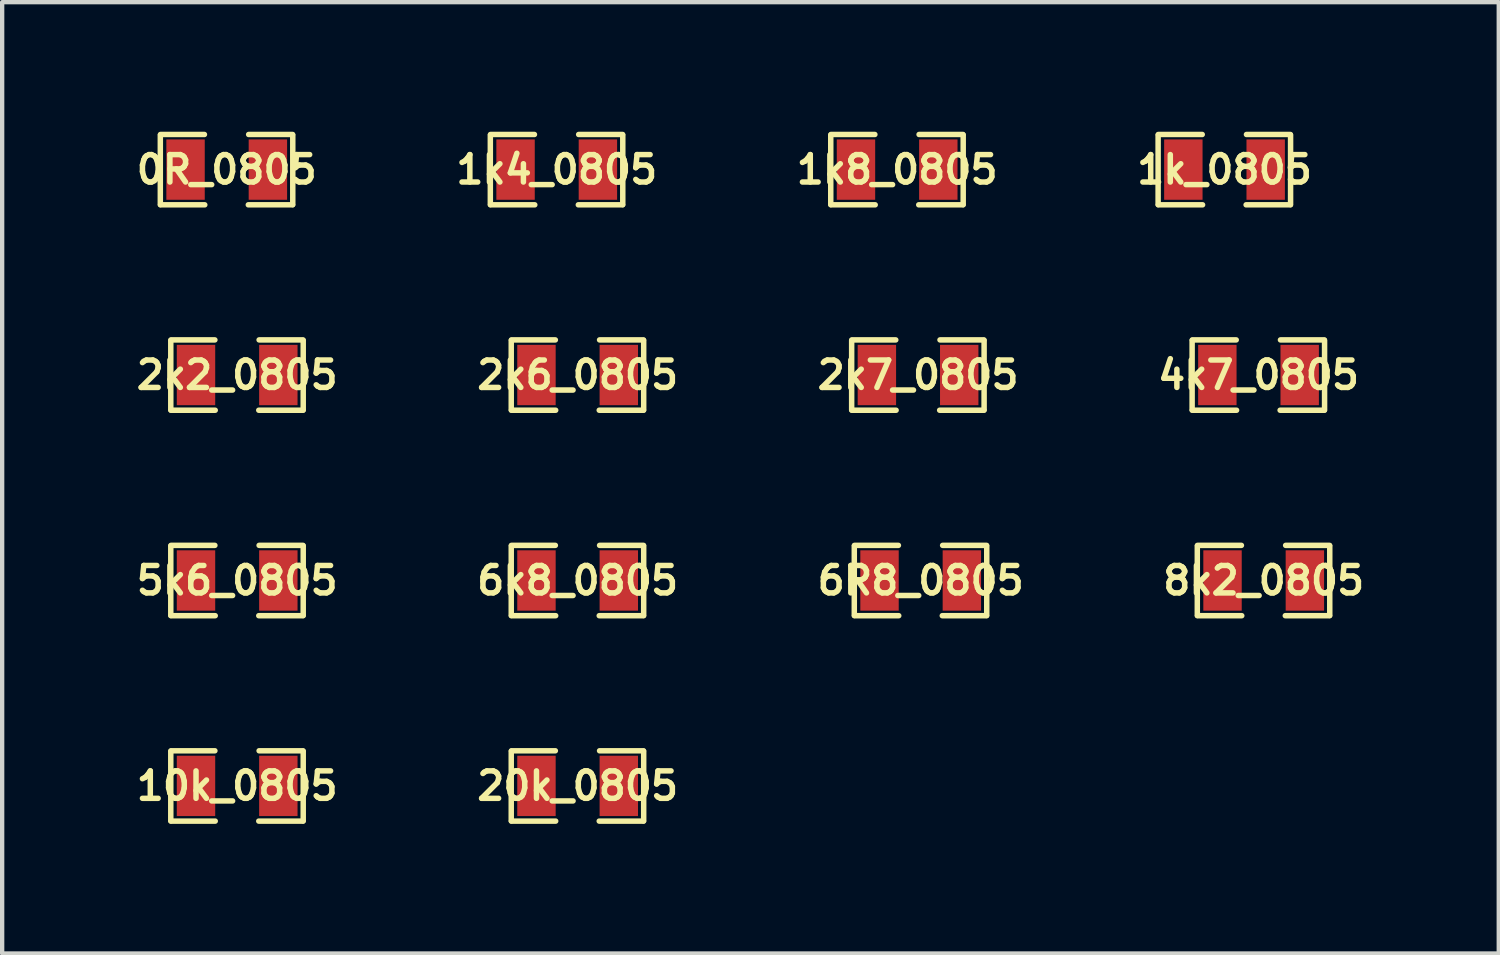
<source format=kicad_pcb>
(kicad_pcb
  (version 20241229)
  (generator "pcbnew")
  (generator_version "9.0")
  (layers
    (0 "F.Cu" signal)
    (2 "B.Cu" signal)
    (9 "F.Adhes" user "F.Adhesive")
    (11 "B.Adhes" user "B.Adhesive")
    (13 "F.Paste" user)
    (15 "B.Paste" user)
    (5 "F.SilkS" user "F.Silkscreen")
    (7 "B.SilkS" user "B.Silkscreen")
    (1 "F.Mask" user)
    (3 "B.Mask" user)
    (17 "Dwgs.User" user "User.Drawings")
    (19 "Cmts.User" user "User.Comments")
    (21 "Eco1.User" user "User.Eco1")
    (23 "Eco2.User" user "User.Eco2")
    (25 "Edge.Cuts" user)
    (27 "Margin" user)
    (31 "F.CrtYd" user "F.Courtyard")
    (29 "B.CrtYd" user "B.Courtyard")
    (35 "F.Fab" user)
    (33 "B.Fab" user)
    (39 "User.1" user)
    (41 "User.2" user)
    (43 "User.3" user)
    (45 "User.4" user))
  (footprint "1k4_0805"
    (layer "F.Cu")
    (at 9.837 0.876)
    (property "Reference" "1k4_0805" (at 0 0 0) (layer "F.SilkS") (effects (font (size 0.635 0.635) (thickness 0.127))))
    (attr smd)
    (fp_line (start -1.537 0.81) (end -1.537 -0.8) (stroke (width 0.127) (type solid)) (layer "F.SilkS"))
    (fp_line (start -1.532 0.815) (end -0.508 0.815) (stroke (width 0.127) (type solid)) (layer "F.SilkS"))
    (fp_line (start -0.516 -0.813) (end -1.532 -0.813) (stroke (width 0.127) (type solid)) (layer "F.SilkS"))
    (fp_line (start 0.508 -0.813) (end 1.524 -0.813) (stroke (width 0.127) (type solid)) (layer "F.SilkS"))
    (fp_line (start 1.524 0.815) (end 0.5 0.815) (stroke (width 0.127) (type solid)) (layer "F.SilkS"))
    (fp_line (start 1.529 0.81) (end 1.529 -0.8) (stroke (width 0.127) (type solid)) (layer "F.SilkS"))
    (pad "1" smd rect (at -0.953 0) (size 0.889 1.397) (layers "F.Cu" "F.Mask" "F.Paste"))
    (pad "2" smd rect (at 0.953 0) (size 0.889 1.397) (layers "F.Cu" "F.Mask" "F.Paste")))
  (footprint "2k2_0805"
    (layer "F.Cu")
    (at 2.44 5.631)
    (property "Reference" "2k2_0805" (at 0 0 0) (layer "F.SilkS") (effects (font (size 0.635 0.635) (thickness 0.127))))
    (attr smd)
    (fp_line (start -1.537 0.81) (end -1.537 -0.8) (stroke (width 0.127) (type solid)) (layer "F.SilkS"))
    (fp_line (start -1.532 0.815) (end -0.508 0.815) (stroke (width 0.127) (type solid)) (layer "F.SilkS"))
    (fp_line (start -0.516 -0.813) (end -1.532 -0.813) (stroke (width 0.127) (type solid)) (layer "F.SilkS"))
    (fp_line (start 0.508 -0.813) (end 1.524 -0.813) (stroke (width 0.127) (type solid)) (layer "F.SilkS"))
    (fp_line (start 1.524 0.815) (end 0.5 0.815) (stroke (width 0.127) (type solid)) (layer "F.SilkS"))
    (fp_line (start 1.529 0.81) (end 1.529 -0.8) (stroke (width 0.127) (type solid)) (layer "F.SilkS"))
    (pad "1" smd rect (at -0.953 0) (size 0.889 1.397) (layers "F.Cu" "F.Mask" "F.Paste"))
    (pad "2" smd rect (at 0.953 0) (size 0.889 1.397) (layers "F.Cu" "F.Mask" "F.Paste")))
  (footprint "4k7_0805"
    (layer "F.Cu")
    (at 26.082 5.631)
    (property "Reference" "4k7_0805" (at 0 0 0) (layer "F.SilkS") (effects (font (size 0.635 0.635) (thickness 0.127))))
    (attr smd)
    (fp_line (start -1.537 0.81) (end -1.537 -0.8) (stroke (width 0.127) (type solid)) (layer "F.SilkS"))
    (fp_line (start -1.532 0.815) (end -0.508 0.815) (stroke (width 0.127) (type solid)) (layer "F.SilkS"))
    (fp_line (start -0.516 -0.813) (end -1.532 -0.813) (stroke (width 0.127) (type solid)) (layer "F.SilkS"))
    (fp_line (start 0.508 -0.813) (end 1.524 -0.813) (stroke (width 0.127) (type solid)) (layer "F.SilkS"))
    (fp_line (start 1.524 0.815) (end 0.5 0.815) (stroke (width 0.127) (type solid)) (layer "F.SilkS"))
    (fp_line (start 1.529 0.81) (end 1.529 -0.8) (stroke (width 0.127) (type solid)) (layer "F.SilkS"))
    (pad "1" smd rect (at -0.953 0) (size 0.889 1.397) (layers "F.Cu" "F.Mask" "F.Paste"))
    (pad "2" smd rect (at 0.953 0) (size 0.889 1.397) (layers "F.Cu" "F.Mask" "F.Paste")))
  (footprint "2k7_0805"
    (layer "F.Cu")
    (at 18.201 5.631)
    (property "Reference" "2k7_0805" (at 0 0 0) (layer "F.SilkS") (effects (font (size 0.635 0.635) (thickness 0.127))))
    (attr smd)
    (fp_line (start -1.537 0.81) (end -1.537 -0.8) (stroke (width 0.127) (type solid)) (layer "F.SilkS"))
    (fp_line (start -1.532 0.815) (end -0.508 0.815) (stroke (width 0.127) (type solid)) (layer "F.SilkS"))
    (fp_line (start -0.516 -0.813) (end -1.532 -0.813) (stroke (width 0.127) (type solid)) (layer "F.SilkS"))
    (fp_line (start 0.508 -0.813) (end 1.524 -0.813) (stroke (width 0.127) (type solid)) (layer "F.SilkS"))
    (fp_line (start 1.524 0.815) (end 0.5 0.815) (stroke (width 0.127) (type solid)) (layer "F.SilkS"))
    (fp_line (start 1.529 0.81) (end 1.529 -0.8) (stroke (width 0.127) (type solid)) (layer "F.SilkS"))
    (pad "1" smd rect (at -0.953 0) (size 0.889 1.397) (layers "F.Cu" "F.Mask" "F.Paste"))
    (pad "2" smd rect (at 0.953 0) (size 0.889 1.397) (layers "F.Cu" "F.Mask" "F.Paste")))
  (footprint "5k6_0805"
    (layer "F.Cu")
    (at 2.44 10.387)
    (property "Reference" "5k6_0805" (at 0 0 0) (layer "F.SilkS") (effects (font (size 0.635 0.635) (thickness 0.127))))
    (attr smd)
    (fp_line (start -1.537 0.81) (end -1.537 -0.8) (stroke (width 0.127) (type solid)) (layer "F.SilkS"))
    (fp_line (start -1.532 0.815) (end -0.508 0.815) (stroke (width 0.127) (type solid)) (layer "F.SilkS"))
    (fp_line (start -0.516 -0.813) (end -1.532 -0.813) (stroke (width 0.127) (type solid)) (layer "F.SilkS"))
    (fp_line (start 0.508 -0.813) (end 1.524 -0.813) (stroke (width 0.127) (type solid)) (layer "F.SilkS"))
    (fp_line (start 1.524 0.815) (end 0.5 0.815) (stroke (width 0.127) (type solid)) (layer "F.SilkS"))
    (fp_line (start 1.529 0.81) (end 1.529 -0.8) (stroke (width 0.127) (type solid)) (layer "F.SilkS"))
    (pad "1" smd rect (at -0.953 0) (size 0.889 1.397) (layers "F.Cu" "F.Mask" "F.Paste"))
    (pad "2" smd rect (at 0.953 0) (size 0.889 1.397) (layers "F.Cu" "F.Mask" "F.Paste")))
  (footprint "2k6_0805"
    (layer "F.Cu")
    (at 10.321 5.631)
    (property "Reference" "2k6_0805" (at 0 0 0) (layer "F.SilkS") (effects (font (size 0.635 0.635) (thickness 0.127))))
    (attr smd)
    (fp_line (start -1.537 0.81) (end -1.537 -0.8) (stroke (width 0.127) (type solid)) (layer "F.SilkS"))
    (fp_line (start -1.532 0.815) (end -0.508 0.815) (stroke (width 0.127) (type solid)) (layer "F.SilkS"))
    (fp_line (start -0.516 -0.813) (end -1.532 -0.813) (stroke (width 0.127) (type solid)) (layer "F.SilkS"))
    (fp_line (start 0.508 -0.813) (end 1.524 -0.813) (stroke (width 0.127) (type solid)) (layer "F.SilkS"))
    (fp_line (start 1.524 0.815) (end 0.5 0.815) (stroke (width 0.127) (type solid)) (layer "F.SilkS"))
    (fp_line (start 1.529 0.81) (end 1.529 -0.8) (stroke (width 0.127) (type solid)) (layer "F.SilkS"))
    (pad "1" smd rect (at -0.953 0) (size 0.889 1.397) (layers "F.Cu" "F.Mask" "F.Paste"))
    (pad "2" smd rect (at 0.953 0) (size 0.889 1.397) (layers "F.Cu" "F.Mask" "F.Paste")))
  (footprint "6R8_0805"
    (layer "F.Cu")
    (at 18.262 10.387)
    (property "Reference" "6R8_0805" (at 0 0 0) (layer "F.SilkS") (effects (font (size 0.635 0.635) (thickness 0.127))))
    (attr smd)
    (fp_line (start -1.537 0.81) (end -1.537 -0.8) (stroke (width 0.127) (type solid)) (layer "F.SilkS"))
    (fp_line (start -1.532 0.815) (end -0.508 0.815) (stroke (width 0.127) (type solid)) (layer "F.SilkS"))
    (fp_line (start -0.516 -0.813) (end -1.532 -0.813) (stroke (width 0.127) (type solid)) (layer "F.SilkS"))
    (fp_line (start 0.508 -0.813) (end 1.524 -0.813) (stroke (width 0.127) (type solid)) (layer "F.SilkS"))
    (fp_line (start 1.524 0.815) (end 0.5 0.815) (stroke (width 0.127) (type solid)) (layer "F.SilkS"))
    (fp_line (start 1.529 0.81) (end 1.529 -0.8) (stroke (width 0.127) (type solid)) (layer "F.SilkS"))
    (pad "1" smd rect (at -0.953 0) (size 0.889 1.397) (layers "F.Cu" "F.Mask" "F.Paste"))
    (pad "2" smd rect (at 0.953 0) (size 0.889 1.397) (layers "F.Cu" "F.Mask" "F.Paste")))
  (footprint "10k_0805"
    (layer "F.Cu")
    (at 2.44 15.142)
    (property "Reference" "10k_0805" (at 0 0 0) (layer "F.SilkS") (effects (font (size 0.635 0.635) (thickness 0.127))))
    (attr smd)
    (fp_line (start -1.537 0.81) (end -1.537 -0.8) (stroke (width 0.127) (type solid)) (layer "F.SilkS"))
    (fp_line (start -1.532 0.815) (end -0.508 0.815) (stroke (width 0.127) (type solid)) (layer "F.SilkS"))
    (fp_line (start -0.516 -0.813) (end -1.532 -0.813) (stroke (width 0.127) (type solid)) (layer "F.SilkS"))
    (fp_line (start 0.508 -0.813) (end 1.524 -0.813) (stroke (width 0.127) (type solid)) (layer "F.SilkS"))
    (fp_line (start 1.524 0.815) (end 0.5 0.815) (stroke (width 0.127) (type solid)) (layer "F.SilkS"))
    (fp_line (start 1.529 0.81) (end 1.529 -0.8) (stroke (width 0.127) (type solid)) (layer "F.SilkS"))
    (pad "1" smd rect (at -0.953 0) (size 0.889 1.397) (layers "F.Cu" "F.Mask" "F.Paste"))
    (pad "2" smd rect (at 0.953 0) (size 0.889 1.397) (layers "F.Cu" "F.Mask" "F.Paste")))
  (footprint "0R_0805"
    (layer "F.Cu")
    (at 2.198 0.876)
    (property "Reference" "0R_0805" (at 0 0 0) (layer "F.SilkS") (effects (font (size 0.635 0.635) (thickness 0.127))))
    (attr smd)
    (fp_line (start -1.537 0.81) (end -1.537 -0.8) (stroke (width 0.127) (type solid)) (layer "F.SilkS"))
    (fp_line (start -1.532 0.815) (end -0.508 0.815) (stroke (width 0.127) (type solid)) (layer "F.SilkS"))
    (fp_line (start -0.516 -0.813) (end -1.532 -0.813) (stroke (width 0.127) (type solid)) (layer "F.SilkS"))
    (fp_line (start 0.508 -0.813) (end 1.524 -0.813) (stroke (width 0.127) (type solid)) (layer "F.SilkS"))
    (fp_line (start 1.524 0.815) (end 0.5 0.815) (stroke (width 0.127) (type solid)) (layer "F.SilkS"))
    (fp_line (start 1.529 0.81) (end 1.529 -0.8) (stroke (width 0.127) (type solid)) (layer "F.SilkS"))
    (pad "1" smd rect (at -0.953 0) (size 0.889 1.397) (layers "F.Cu" "F.Mask" "F.Paste"))
    (pad "2" smd rect (at 0.953 0) (size 0.889 1.397) (layers "F.Cu" "F.Mask" "F.Paste")))
  (footprint "20k_0805"
    (layer "F.Cu")
    (at 10.321 15.142)
    (property "Reference" "20k_0805" (at 0 0 0) (layer "F.SilkS") (effects (font (size 0.635 0.635) (thickness 0.127))))
    (attr smd)
    (fp_line (start -1.537 0.81) (end -1.537 -0.8) (stroke (width 0.127) (type solid)) (layer "F.SilkS"))
    (fp_line (start -1.532 0.815) (end -0.508 0.815) (stroke (width 0.127) (type solid)) (layer "F.SilkS"))
    (fp_line (start -0.516 -0.813) (end -1.532 -0.813) (stroke (width 0.127) (type solid)) (layer "F.SilkS"))
    (fp_line (start 0.508 -0.813) (end 1.524 -0.813) (stroke (width 0.127) (type solid)) (layer "F.SilkS"))
    (fp_line (start 1.524 0.815) (end 0.5 0.815) (stroke (width 0.127) (type solid)) (layer "F.SilkS"))
    (fp_line (start 1.529 0.81) (end 1.529 -0.8) (stroke (width 0.127) (type solid)) (layer "F.SilkS"))
    (pad "1" smd rect (at -0.953 0) (size 0.889 1.397) (layers "F.Cu" "F.Mask" "F.Paste"))
    (pad "2" smd rect (at 0.953 0) (size 0.889 1.397) (layers "F.Cu" "F.Mask" "F.Paste")))
  (footprint "8k2_0805"
    (layer "F.Cu")
    (at 26.202 10.387)
    (property "Reference" "8k2_0805" (at 0 0 0) (layer "F.SilkS") (effects (font (size 0.635 0.635) (thickness 0.127))))
    (attr smd)
    (fp_line (start -1.537 0.81) (end -1.537 -0.8) (stroke (width 0.127) (type solid)) (layer "F.SilkS"))
    (fp_line (start -1.532 0.815) (end -0.508 0.815) (stroke (width 0.127) (type solid)) (layer "F.SilkS"))
    (fp_line (start -0.516 -0.813) (end -1.532 -0.813) (stroke (width 0.127) (type solid)) (layer "F.SilkS"))
    (fp_line (start 0.508 -0.813) (end 1.524 -0.813) (stroke (width 0.127) (type solid)) (layer "F.SilkS"))
    (fp_line (start 1.524 0.815) (end 0.5 0.815) (stroke (width 0.127) (type solid)) (layer "F.SilkS"))
    (fp_line (start 1.529 0.81) (end 1.529 -0.8) (stroke (width 0.127) (type solid)) (layer "F.SilkS"))
    (pad "1" smd rect (at -0.953 0) (size 0.889 1.397) (layers "F.Cu" "F.Mask" "F.Paste"))
    (pad "2" smd rect (at 0.953 0) (size 0.889 1.397) (layers "F.Cu" "F.Mask" "F.Paste")))
  (footprint "1k8_0805"
    (layer "F.Cu")
    (at 17.717 0.876)
    (property "Reference" "1k8_0805" (at 0 0 0) (layer "F.SilkS") (effects (font (size 0.635 0.635) (thickness 0.127))))
    (attr smd)
    (fp_line (start -1.537 0.81) (end -1.537 -0.8) (stroke (width 0.127) (type solid)) (layer "F.SilkS"))
    (fp_line (start -1.532 0.815) (end -0.508 0.815) (stroke (width 0.127) (type solid)) (layer "F.SilkS"))
    (fp_line (start -0.516 -0.813) (end -1.532 -0.813) (stroke (width 0.127) (type solid)) (layer "F.SilkS"))
    (fp_line (start 0.508 -0.813) (end 1.524 -0.813) (stroke (width 0.127) (type solid)) (layer "F.SilkS"))
    (fp_line (start 1.524 0.815) (end 0.5 0.815) (stroke (width 0.127) (type solid)) (layer "F.SilkS"))
    (fp_line (start 1.529 0.81) (end 1.529 -0.8) (stroke (width 0.127) (type solid)) (layer "F.SilkS"))
    (pad "1" smd rect (at -0.953 0) (size 0.889 1.397) (layers "F.Cu" "F.Mask" "F.Paste"))
    (pad "2" smd rect (at 0.953 0) (size 0.889 1.397) (layers "F.Cu" "F.Mask" "F.Paste")))
  (footprint "1k_0805"
    (layer "F.Cu")
    (at 25.295 0.876)
    (property "Reference" "1k_0805" (at 0 0 0) (layer "F.SilkS") (effects (font (size 0.635 0.635) (thickness 0.127))))
    (attr smd)
    (fp_line (start -1.537 0.81) (end -1.537 -0.8) (stroke (width 0.127) (type solid)) (layer "F.SilkS"))
    (fp_line (start -1.532 0.815) (end -0.508 0.815) (stroke (width 0.127) (type solid)) (layer "F.SilkS"))
    (fp_line (start -0.516 -0.813) (end -1.532 -0.813) (stroke (width 0.127) (type solid)) (layer "F.SilkS"))
    (fp_line (start 0.508 -0.813) (end 1.524 -0.813) (stroke (width 0.127) (type solid)) (layer "F.SilkS"))
    (fp_line (start 1.524 0.815) (end 0.5 0.815) (stroke (width 0.127) (type solid)) (layer "F.SilkS"))
    (fp_line (start 1.529 0.81) (end 1.529 -0.8) (stroke (width 0.127) (type solid)) (layer "F.SilkS"))
    (pad "1" smd rect (at -0.953 0) (size 0.889 1.397) (layers "F.Cu" "F.Mask" "F.Paste"))
    (pad "2" smd rect (at 0.953 0) (size 0.889 1.397) (layers "F.Cu" "F.Mask" "F.Paste")))
  (footprint "6k8_0805"
    (layer "F.Cu")
    (at 10.321 10.387)
    (property "Reference" "6k8_0805" (at 0 0 0) (layer "F.SilkS") (effects (font (size 0.635 0.635) (thickness 0.127))))
    (attr smd)
    (fp_line (start -1.537 0.81) (end -1.537 -0.8) (stroke (width 0.127) (type solid)) (layer "F.SilkS"))
    (fp_line (start -1.532 0.815) (end -0.508 0.815) (stroke (width 0.127) (type solid)) (layer "F.SilkS"))
    (fp_line (start -0.516 -0.813) (end -1.532 -0.813) (stroke (width 0.127) (type solid)) (layer "F.SilkS"))
    (fp_line (start 0.508 -0.813) (end 1.524 -0.813) (stroke (width 0.127) (type solid)) (layer "F.SilkS"))
    (fp_line (start 1.524 0.815) (end 0.5 0.815) (stroke (width 0.127) (type solid)) (layer "F.SilkS"))
    (fp_line (start 1.529 0.81) (end 1.529 -0.8) (stroke (width 0.127) (type solid)) (layer "F.SilkS"))
    (pad "1" smd rect (at -0.953 0) (size 0.889 1.397) (layers "F.Cu" "F.Mask" "F.Paste"))
    (pad "2" smd rect (at 0.953 0) (size 0.889 1.397) (layers "F.Cu" "F.Mask" "F.Paste")))
  (gr_rect
    (start -3 -3)
    (end 31.643 19.021)
    (stroke (width 0.1) (type default))
    (fill no)
    (layer "Edge.Cuts")))
</source>
